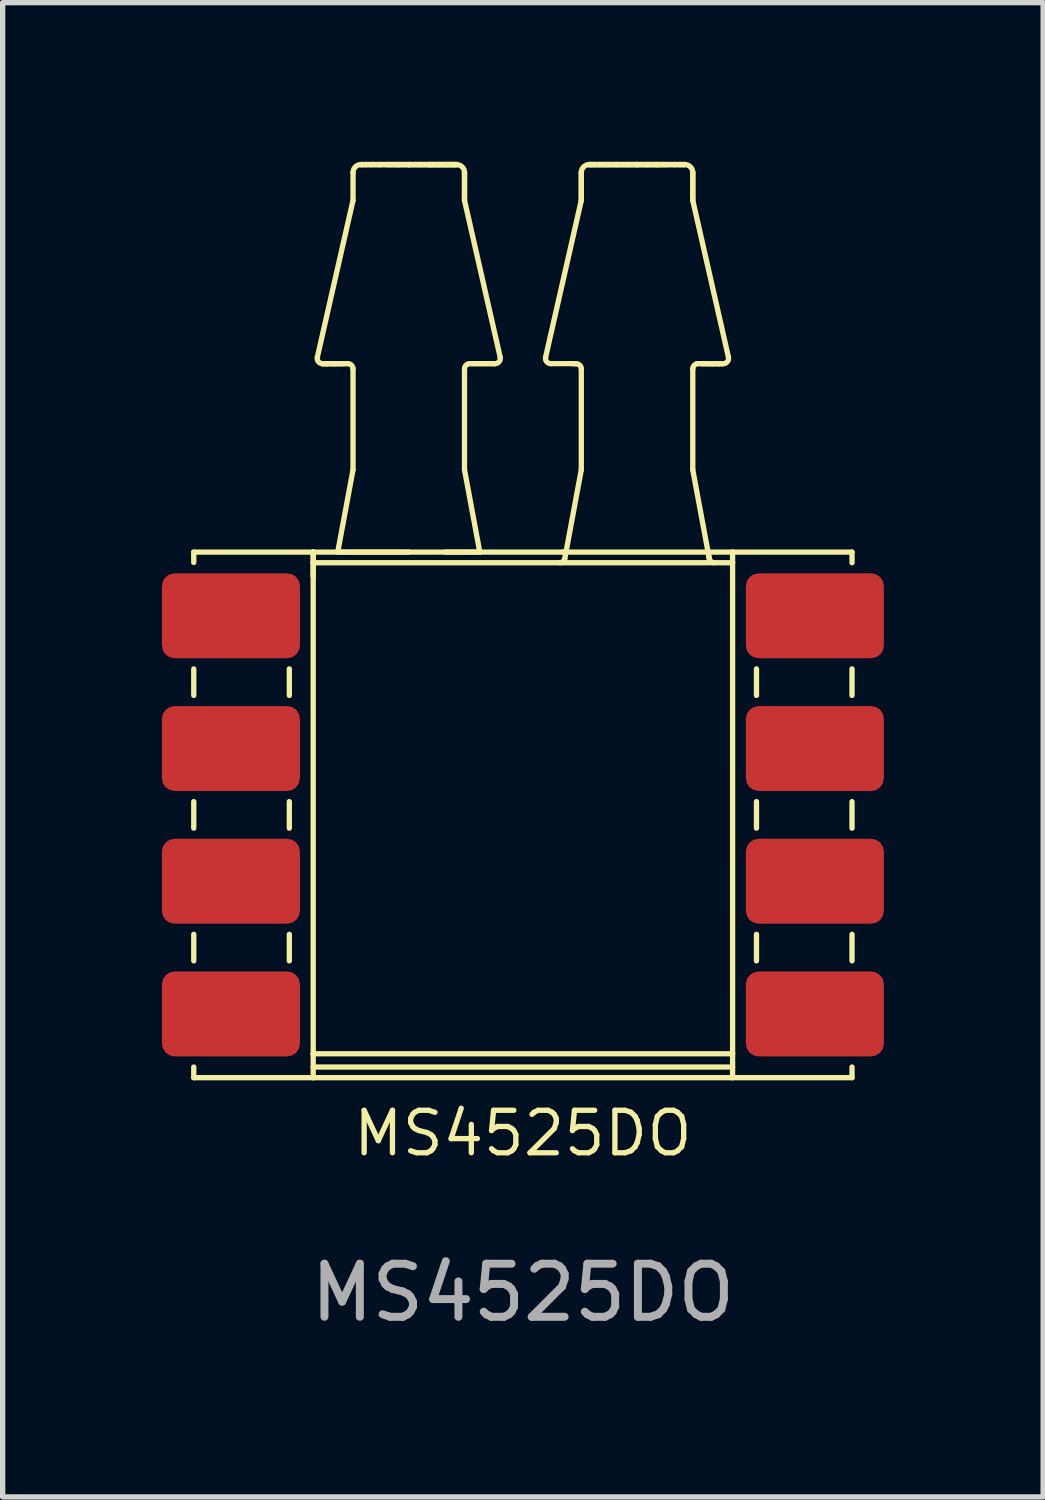
<source format=kicad_pcb>
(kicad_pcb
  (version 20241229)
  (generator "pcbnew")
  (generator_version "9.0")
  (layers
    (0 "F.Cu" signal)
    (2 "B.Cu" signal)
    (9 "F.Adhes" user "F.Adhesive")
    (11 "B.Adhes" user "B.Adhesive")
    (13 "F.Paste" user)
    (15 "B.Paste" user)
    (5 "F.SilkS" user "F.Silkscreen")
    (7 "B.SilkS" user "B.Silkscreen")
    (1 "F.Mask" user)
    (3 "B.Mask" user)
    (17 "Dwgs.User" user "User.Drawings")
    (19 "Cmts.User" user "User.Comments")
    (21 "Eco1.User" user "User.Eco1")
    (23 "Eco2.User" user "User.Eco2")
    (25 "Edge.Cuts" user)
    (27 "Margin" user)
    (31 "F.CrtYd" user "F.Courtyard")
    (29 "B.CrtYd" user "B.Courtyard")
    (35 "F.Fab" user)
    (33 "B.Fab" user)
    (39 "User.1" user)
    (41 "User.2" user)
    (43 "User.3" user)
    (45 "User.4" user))
  (footprint "MS4525DO"
    (layer "F.Cu")
    (at 6.8 12.3)
    (property "Reference" "MS4525DO" (at 0 6 0) (unlocked yes) (layer "F.SilkS") (effects (font (size 0.8 0.8) (thickness 0.1))))
    (attr smd)
    (fp_line (start -6.2 -4.95) (end -6.2 -4.755) (stroke (width 0.1) (type default)) (layer "F.SilkS"))
    (fp_line (start -6.2 -4.95) (end -3.95 -4.95) (stroke (width 0.1) (type default)) (layer "F.SilkS"))
    (fp_line (start -6.2 -2.25) (end -6.2 -2.75) (stroke (width 0.1) (type default)) (layer "F.SilkS"))
    (fp_line (start -6.2 0.25) (end -6.2 -0.25) (stroke (width 0.1) (type default)) (layer "F.SilkS"))
    (fp_line (start -6.2 2.75) (end -6.2 2.25) (stroke (width 0.1) (type default)) (layer "F.SilkS"))
    (fp_line (start -6.2 4.95) (end -6.2 4.75) (stroke (width 0.1) (type default)) (layer "F.SilkS"))
    (fp_line (start -4.4 -2.75) (end -4.4 -2.25) (stroke (width 0.1) (type default)) (layer "F.SilkS"))
    (fp_line (start -4.4 -0.25) (end -4.4 0.25) (stroke (width 0.1) (type default)) (layer "F.SilkS"))
    (fp_line (start -4.4 2.25) (end -4.4 2.75) (stroke (width 0.1) (type default)) (layer "F.SilkS"))
    (fp_line (start -3.95 4.95) (end -6.2 4.95) (stroke (width 0.1) (type default)) (layer "F.SilkS"))
    (fp_line (start -3.95 4.95) (end -3.95 4.5) (stroke (width 0.1) (type default)) (layer "F.SilkS"))
    (fp_line (start -3.95 4.95) (end 3.95 4.95) (stroke (width 0.1) (type default)) (layer "F.SilkS"))
    (fp_line (start -3.95 -4.95) (end -3.95 -4.75) (stroke (width 0.1) (type default)) (layer "F.SilkS"))
    (fp_line (start -3.95 -4.95) (end -3.95 -4.5) (stroke (width 0.1) (type default)) (layer "F.SilkS"))
    (fp_line (start -3.95 -4.95) (end -3.95 -4.95) (stroke (width 0.1) (type default)) (layer "F.SilkS"))
    (fp_line (start -3.95 -4.75) (end -3.95 -4.5) (stroke (width 0.1) (type default)) (layer "F.SilkS"))
    (fp_line (start -3.95 4.5) (end -3.95 -4.5) (stroke (width 0.1) (type default)) (layer "F.SilkS"))
    (fp_line (start -3.95 -4.75) (end -3.95 -4.75) (stroke (width 0.1) (type default)) (layer "F.SilkS"))
    (fp_line (start -3.768 -8.5) (end -3.764 -8.5) (stroke (width 0.1) (type default)) (layer "F.SilkS"))
    (fp_line (start -3.764 -8.5) (end -3.69 -8.5) (stroke (width 0.1) (type default)) (layer "F.SilkS"))
    (fp_line (start -3.703 -8.5) (end -3.768 -8.5) (stroke (width 0.1) (type default)) (layer "F.SilkS"))
    (fp_line (start -3.69 -8.5) (end -3.55 -8.5) (stroke (width 0.1) (type default)) (layer "F.SilkS"))
    (fp_line (start -3.57 -8.5) (end -3.703 -8.5) (stroke (width 0.1) (type default)) (layer "F.SilkS"))
    (fp_line (start -3.55 -8.5) (end -3.35 -8.5) (stroke (width 0.1) (type default)) (layer "F.SilkS"))
    (fp_line (start -3.377 -8.5) (end -3.57 -8.5) (stroke (width 0.1) (type default)) (layer "F.SilkS"))
    (fp_line (start -3.3 -8.5) (end -3.775 -8.5) (stroke (width 0.1) (type default)) (layer "F.SilkS"))
    (fp_line (start -3.2 -12.1) (end -3.2 -11.575) (stroke (width 0.1) (type default)) (layer "F.SilkS"))
    (fp_line (start -3.2 -11.575) (end -3.872 -8.622) (stroke (width 0.1) (type default)) (layer "F.SilkS"))
    (fp_line (start -3.2 -8.4) (end -3.2 -6.5) (stroke (width 0.1) (type default)) (layer "F.SilkS"))
    (fp_line (start -3.2 -6.5) (end -3.488 -4.95) (stroke (width 0.1) (type default)) (layer "F.SilkS"))
    (fp_line (start -3.05 -12.25) (end -3.027 -12.25) (stroke (width 0.1) (type default)) (layer "F.SilkS"))
    (fp_line (start -3.027 -12.25) (end -3.05 -12.25) (stroke (width 0.1) (type default)) (layer "F.SilkS"))
    (fp_line (start -3.027 -12.25) (end -2.961 -12.25) (stroke (width 0.1) (type default)) (layer "F.SilkS"))
    (fp_line (start -2.961 -12.25) (end -3.027 -12.25) (stroke (width 0.1) (type default)) (layer "F.SilkS"))
    (fp_line (start -2.961 -12.25) (end -2.854 -12.25) (stroke (width 0.1) (type default)) (layer "F.SilkS"))
    (fp_line (start -2.854 -12.25) (end -2.961 -12.25) (stroke (width 0.1) (type default)) (layer "F.SilkS"))
    (fp_line (start -2.854 -12.25) (end -2.711 -12.25) (stroke (width 0.1) (type default)) (layer "F.SilkS"))
    (fp_line (start -2.724 -12.25) (end -3.05 -12.25) (stroke (width 0.1) (type default)) (layer "F.SilkS"))
    (fp_line (start -2.711 -12.25) (end -2.854 -12.25) (stroke (width 0.1) (type default)) (layer "F.SilkS"))
    (fp_line (start -2.675 -12.25) (end -2.711 -12.25) (stroke (width 0.1) (type default)) (layer "F.SilkS"))
    (fp_line (start -2.675 -12.25) (end -2.521 -12.25) (stroke (width 0.1) (type default)) (layer "F.SilkS"))
    (fp_line (start -2.54 -12.25) (end -2.711 -12.25) (stroke (width 0.1) (type default)) (layer "F.SilkS"))
    (fp_line (start -2.54 -12.25) (end -2.35 -12.25) (stroke (width 0.1) (type default)) (layer "F.SilkS"))
    (fp_line (start -2.521 -12.25) (end -2.15 -12.25) (stroke (width 0.1) (type default)) (layer "F.SilkS"))
    (fp_line (start -2.35 -12.25) (end -2.54 -12.25) (stroke (width 0.1) (type default)) (layer "F.SilkS"))
    (fp_line (start -2.35 -12.25) (end -2.15 -12.25) (stroke (width 0.1) (type default)) (layer "F.SilkS"))
    (fp_line (start -2.15 -12.25) (end -2.724 -12.25) (stroke (width 0.1) (type default)) (layer "F.SilkS"))
    (fp_line (start -2.15 -12.25) (end -2.35 -12.25) (stroke (width 0.1) (type default)) (layer "F.SilkS"))
    (fp_line (start -2.15 -12.25) (end -1.95 -12.25) (stroke (width 0.1) (type default)) (layer "F.SilkS"))
    (fp_line (start -2.15 -12.25) (end -1.754 -12.25) (stroke (width 0.1) (type default)) (layer "F.SilkS"))
    (fp_line (start -2.15 -12.25) (end -1.754 -12.25) (stroke (width 0.1) (type default)) (layer "F.SilkS"))
    (fp_line (start -2.15 -4.95) (end -3.488 -4.95) (stroke (width 0.1) (type default)) (layer "F.SilkS"))
    (fp_line (start -1.95 -12.25) (end -2.15 -12.25) (stroke (width 0.1) (type default)) (layer "F.SilkS"))
    (fp_line (start -1.95 -12.25) (end -1.76 -12.25) (stroke (width 0.1) (type default)) (layer "F.SilkS"))
    (fp_line (start -1.76 -12.25) (end -1.95 -12.25) (stroke (width 0.1) (type default)) (layer "F.SilkS"))
    (fp_line (start -1.76 -12.25) (end -1.589 -12.25) (stroke (width 0.1) (type default)) (layer "F.SilkS"))
    (fp_line (start -1.754 -12.25) (end -1.576 -12.25) (stroke (width 0.1) (type default)) (layer "F.SilkS"))
    (fp_line (start -1.754 -12.25) (end -1.25 -12.25) (stroke (width 0.1) (type default)) (layer "F.SilkS"))
    (fp_line (start -1.589 -12.25) (end -1.76 -12.25) (stroke (width 0.1) (type default)) (layer "F.SilkS"))
    (fp_line (start -1.589 -12.25) (end -1.446 -12.25) (stroke (width 0.1) (type default)) (layer "F.SilkS"))
    (fp_line (start -1.576 -12.25) (end -1.25 -12.25) (stroke (width 0.1) (type default)) (layer "F.SilkS"))
    (fp_line (start -1.446 -12.25) (end -1.589 -12.25) (stroke (width 0.1) (type default)) (layer "F.SilkS"))
    (fp_line (start -1.446 -12.25) (end -1.339 -12.25) (stroke (width 0.1) (type default)) (layer "F.SilkS"))
    (fp_line (start -1.339 -12.25) (end -1.446 -12.25) (stroke (width 0.1) (type default)) (layer "F.SilkS"))
    (fp_line (start -1.339 -12.25) (end -1.273 -12.25) (stroke (width 0.1) (type default)) (layer "F.SilkS"))
    (fp_line (start -1.273 -12.25) (end -1.339 -12.25) (stroke (width 0.1) (type default)) (layer "F.SilkS"))
    (fp_line (start -1.273 -12.25) (end -1.25 -12.25) (stroke (width 0.1) (type default)) (layer "F.SilkS"))
    (fp_line (start -1.25 -12.25) (end -1.754 -12.25) (stroke (width 0.1) (type default)) (layer "F.SilkS"))
    (fp_line (start -1.25 -12.25) (end -1.273 -12.25) (stroke (width 0.1) (type default)) (layer "F.SilkS"))
    (fp_line (start -1.1 -12.1) (end -1.1 -11.575) (stroke (width 0.1) (type default)) (layer "F.SilkS"))
    (fp_line (start -1.1 -11.575) (end -1.1 -12.1) (stroke (width 0.1) (type default)) (layer "F.SilkS"))
    (fp_line (start -1.1 -11.575) (end -0.428 -8.622) (stroke (width 0.1) (type default)) (layer "F.SilkS"))
    (fp_line (start -1.1 -8.4) (end -1.1 -6.5) (stroke (width 0.1) (type default)) (layer "F.SilkS"))
    (fp_line (start -1.1 -6.5) (end -0.812 -4.95) (stroke (width 0.1) (type default)) (layer "F.SilkS"))
    (fp_line (start -1 -8.5) (end -0.525 -8.5) (stroke (width 0.1) (type default)) (layer "F.SilkS"))
    (fp_line (start -0.966 -8.5) (end -0.525 -8.5) (stroke (width 0.1) (type default)) (layer "F.SilkS"))
    (fp_line (start -0.812 -4.95) (end -1.457 -4.95) (stroke (width 0.1) (type default)) (layer "F.SilkS"))
    (fp_line (start 0.75 -4.95) (end 3.5 -4.95) (stroke (width 0.1) (type default)) (layer "F.SilkS"))
    (fp_line (start 0.812 -4.95) (end -3.95 -4.95) (stroke (width 0.1) (type default)) (layer "F.SilkS"))
    (fp_line (start 1 -8.5) (end 0.525 -8.5) (stroke (width 0.1) (type default)) (layer "F.SilkS"))
    (fp_line (start 1 -8.5) (end 0.931 -8.5) (stroke (width 0.1) (type default)) (layer "F.SilkS"))
    (fp_line (start 1.1 -11.575) (end 0.428 -8.622) (stroke (width 0.1) (type default)) (layer "F.SilkS"))
    (fp_line (start 1.1 -11.575) (end 1.1 -12.1) (stroke (width 0.1) (type default)) (layer "F.SilkS"))
    (fp_line (start 1.1 -11.575) (end 1.1 -12.1) (stroke (width 0.1) (type default)) (layer "F.SilkS"))
    (fp_line (start 1.1 -6.5) (end 0.79 -4.832) (stroke (width 0.1) (type default)) (layer "F.SilkS"))
    (fp_line (start 1.1 -6.5) (end 1.1 -8.4) (stroke (width 0.1) (type default)) (layer "F.SilkS"))
    (fp_line (start 1.25 -12.25) (end 1.273 -12.25) (stroke (width 0.1) (type default)) (layer "F.SilkS"))
    (fp_line (start 1.273 -12.25) (end 1.25 -12.25) (stroke (width 0.1) (type default)) (layer "F.SilkS"))
    (fp_line (start 1.273 -12.25) (end 1.339 -12.25) (stroke (width 0.1) (type default)) (layer "F.SilkS"))
    (fp_line (start 1.339 -12.25) (end 1.273 -12.25) (stroke (width 0.1) (type default)) (layer "F.SilkS"))
    (fp_line (start 1.339 -12.25) (end 1.446 -12.25) (stroke (width 0.1) (type default)) (layer "F.SilkS"))
    (fp_line (start 1.446 -12.25) (end 1.339 -12.25) (stroke (width 0.1) (type default)) (layer "F.SilkS"))
    (fp_line (start 1.446 -12.25) (end 1.589 -12.25) (stroke (width 0.1) (type default)) (layer "F.SilkS"))
    (fp_line (start 1.524 -12.25) (end 1.25 -12.25) (stroke (width 0.1) (type default)) (layer "F.SilkS"))
    (fp_line (start 1.589 -12.25) (end 1.446 -12.25) (stroke (width 0.1) (type default)) (layer "F.SilkS"))
    (fp_line (start 1.589 -12.25) (end 1.76 -12.25) (stroke (width 0.1) (type default)) (layer "F.SilkS"))
    (fp_line (start 1.754 -12.25) (end 1.25 -12.25) (stroke (width 0.1) (type default)) (layer "F.SilkS"))
    (fp_line (start 1.76 -12.25) (end 1.589 -12.25) (stroke (width 0.1) (type default)) (layer "F.SilkS"))
    (fp_line (start 1.76 -12.25) (end 1.95 -12.25) (stroke (width 0.1) (type default)) (layer "F.SilkS"))
    (fp_line (start 1.95 -12.25) (end 1.76 -12.25) (stroke (width 0.1) (type default)) (layer "F.SilkS"))
    (fp_line (start 1.95 -12.25) (end 2.15 -12.25) (stroke (width 0.1) (type default)) (layer "F.SilkS"))
    (fp_line (start 2.15 -12.25) (end 1.524 -12.25) (stroke (width 0.1) (type default)) (layer "F.SilkS"))
    (fp_line (start 2.15 -12.25) (end 1.754 -12.25) (stroke (width 0.1) (type default)) (layer "F.SilkS"))
    (fp_line (start 2.15 -12.25) (end 1.95 -12.25) (stroke (width 0.1) (type default)) (layer "F.SilkS"))
    (fp_line (start 2.15 -12.25) (end 2.35 -12.25) (stroke (width 0.1) (type default)) (layer "F.SilkS"))
    (fp_line (start 2.15 -12.25) (end 2.546 -12.25) (stroke (width 0.1) (type default)) (layer "F.SilkS"))
    (fp_line (start 2.35 -12.25) (end 2.15 -12.25) (stroke (width 0.1) (type default)) (layer "F.SilkS"))
    (fp_line (start 2.35 -12.25) (end 2.54 -12.25) (stroke (width 0.1) (type default)) (layer "F.SilkS"))
    (fp_line (start 2.521 -12.25) (end 2.15 -12.25) (stroke (width 0.1) (type default)) (layer "F.SilkS"))
    (fp_line (start 2.54 -12.25) (end 2.35 -12.25) (stroke (width 0.1) (type default)) (layer "F.SilkS"))
    (fp_line (start 2.54 -12.25) (end 2.711 -12.25) (stroke (width 0.1) (type default)) (layer "F.SilkS"))
    (fp_line (start 2.546 -12.25) (end 3.05 -12.25) (stroke (width 0.1) (type default)) (layer "F.SilkS"))
    (fp_line (start 2.675 -12.25) (end 2.521 -12.25) (stroke (width 0.1) (type default)) (layer "F.SilkS"))
    (fp_line (start 2.711 -12.25) (end 2.54 -12.25) (stroke (width 0.1) (type default)) (layer "F.SilkS"))
    (fp_line (start 2.711 -12.25) (end 2.854 -12.25) (stroke (width 0.1) (type default)) (layer "F.SilkS"))
    (fp_line (start 2.854 -12.25) (end 2.711 -12.25) (stroke (width 0.1) (type default)) (layer "F.SilkS"))
    (fp_line (start 2.854 -12.25) (end 2.961 -12.25) (stroke (width 0.1) (type default)) (layer "F.SilkS"))
    (fp_line (start 2.961 -12.25) (end 2.854 -12.25) (stroke (width 0.1) (type default)) (layer "F.SilkS"))
    (fp_line (start 2.961 -12.25) (end 3.027 -12.25) (stroke (width 0.1) (type default)) (layer "F.SilkS"))
    (fp_line (start 3.027 -12.25) (end 2.961 -12.25) (stroke (width 0.1) (type default)) (layer "F.SilkS"))
    (fp_line (start 3.027 -12.25) (end 3.05 -12.25) (stroke (width 0.1) (type default)) (layer "F.SilkS"))
    (fp_line (start 3.05 -12.25) (end 3.027 -12.25) (stroke (width 0.1) (type default)) (layer "F.SilkS"))
    (fp_line (start 3.2 -12.1) (end 3.2 -11.575) (stroke (width 0.1) (type default)) (layer "F.SilkS"))
    (fp_line (start 3.2 -11.575) (end 3.2 -12.1) (stroke (width 0.1) (type default)) (layer "F.SilkS"))
    (fp_line (start 3.2 -11.575) (end 3.872 -8.622) (stroke (width 0.1) (type default)) (layer "F.SilkS"))
    (fp_line (start 3.2 -6.5) (end 3.2 -8.4) (stroke (width 0.1) (type default)) (layer "F.SilkS"))
    (fp_line (start 3.2 -6.5) (end 3.51 -4.832) (stroke (width 0.1) (type default)) (layer "F.SilkS"))
    (fp_line (start 3.28 -8.5) (end 3.72 -8.5) (stroke (width 0.1) (type default)) (layer "F.SilkS"))
    (fp_line (start 3.377 -8.5) (end 3.57 -8.5) (stroke (width 0.1) (type default)) (layer "F.SilkS"))
    (fp_line (start 3.488 -4.95) (end 3.51 -4.832) (stroke (width 0.1) (type default)) (layer "F.SilkS"))
    (fp_line (start 3.55 -8.5) (end 3.35 -8.5) (stroke (width 0.1) (type default)) (layer "F.SilkS"))
    (fp_line (start 3.57 -8.5) (end 3.703 -8.5) (stroke (width 0.1) (type default)) (layer "F.SilkS"))
    (fp_line (start 3.69 -8.5) (end 3.55 -8.5) (stroke (width 0.1) (type default)) (layer "F.SilkS"))
    (fp_line (start 3.703 -8.5) (end 3.768 -8.5) (stroke (width 0.1) (type default)) (layer "F.SilkS"))
    (fp_line (start 3.764 -8.5) (end 3.69 -8.5) (stroke (width 0.1) (type default)) (layer "F.SilkS"))
    (fp_line (start 3.768 -8.5) (end 3.764 -8.5) (stroke (width 0.1) (type default)) (layer "F.SilkS"))
    (fp_line (start 3.95 -4.95) (end 3.488 -4.95) (stroke (width 0.1) (type default)) (layer "F.SilkS"))
    (fp_line (start 3.95 -4.95) (end 6.2 -4.95) (stroke (width 0.1) (type default)) (layer "F.SilkS"))
    (fp_line (start 3.95 -4.95) (end 3.95 -4.75) (stroke (width 0.1) (type default)) (layer "F.SilkS"))
    (fp_line (start 3.95 -4.75) (end -3.95 -4.75) (stroke (width 0.1) (type default)) (layer "F.SilkS"))
    (fp_line (start 3.95 -4.75) (end 3.95 4.5) (stroke (width 0.1) (type default)) (layer "F.SilkS"))
    (fp_line (start 3.95 4.5) (end -3.95 4.5) (stroke (width 0.1) (type default)) (layer "F.SilkS"))
    (fp_line (start 3.95 4.75) (end -3.95 4.75) (stroke (width 0.1) (type default)) (layer "F.SilkS"))
    (fp_line (start 3.95 4.95) (end 3.95 4.5) (stroke (width 0.1) (type default)) (layer "F.SilkS"))
    (fp_line (start 4.4 -2.25) (end 4.4 -2.75) (stroke (width 0.1) (type default)) (layer "F.SilkS"))
    (fp_line (start 4.4 0.25) (end 4.4 -0.25) (stroke (width 0.1) (type default)) (layer "F.SilkS"))
    (fp_line (start 4.4 2.75) (end 4.4 2.25) (stroke (width 0.1) (type default)) (layer "F.SilkS"))
    (fp_line (start 6.2 -4.95) (end 6.2 -4.75) (stroke (width 0.1) (type default)) (layer "F.SilkS"))
    (fp_line (start 6.2 -2.75) (end 6.2 -2.25) (stroke (width 0.1) (type default)) (layer "F.SilkS"))
    (fp_line (start 6.2 -0.25) (end 6.2 0.25) (stroke (width 0.1) (type default)) (layer "F.SilkS"))
    (fp_line (start 6.2 2.25) (end 6.2 2.75) (stroke (width 0.1) (type default)) (layer "F.SilkS"))
    (fp_line (start 6.2 4.75) (end 6.2 4.95) (stroke (width 0.1) (type default)) (layer "F.SilkS"))
    (fp_line (start 6.2 4.95) (end 3.95 4.95) (stroke (width 0.1) (type default)) (layer "F.SilkS"))
    (fp_curve (pts (xy -3.872 -8.622) (xy -3.888 -8.563) (xy -3.838 -8.498) (xy -3.775 -8.5)) (stroke (width 0.1) (type default)) (layer "F.SilkS"))
    (fp_curve (pts (xy -3.2 -12.1) (xy -3.202 -12.179) (xy -3.132 -12.252) (xy -3.05 -12.25)) (stroke (width 0.1) (type default)) (layer "F.SilkS"))
    (fp_curve (pts (xy -3.2 -8.4) (xy -3.198 -8.453) (xy -3.246 -8.501) (xy -3.3 -8.5)) (stroke (width 0.1) (type default)) (layer "F.SilkS"))
    (fp_curve (pts (xy -1.1 -12.1) (xy -1.098 -12.179) (xy -1.168 -12.252) (xy -1.25 -12.25)) (stroke (width 0.1) (type default)) (layer "F.SilkS"))
    (fp_curve (pts (xy -1.1 -8.4) (xy -1.102 -8.453) (xy -1.054 -8.501) (xy -1 -8.5)) (stroke (width 0.1) (type default)) (layer "F.SilkS"))
    (fp_curve (pts (xy -0.428 -8.622) (xy -0.412 -8.563) (xy -0.462 -8.498) (xy -0.525 -8.5)) (stroke (width 0.1) (type default)) (layer "F.SilkS"))
    (fp_curve (pts (xy 0.428 -8.622) (xy 0.412 -8.563) (xy 0.462 -8.498) (xy 0.525 -8.5)) (stroke (width 0.1) (type default)) (layer "F.SilkS"))
    (fp_curve (pts (xy 0.79 -4.832) (xy 0.783 -4.786) (xy 0.739 -4.749) (xy 0.692 -4.75)) (stroke (width 0.1) (type default)) (layer "F.SilkS"))
    (fp_curve (pts (xy 1.1 -12.1) (xy 1.098 -12.179) (xy 1.168 -12.252) (xy 1.25 -12.25)) (stroke (width 0.1) (type default)) (layer "F.SilkS"))
    (fp_curve (pts (xy 1.1 -8.4) (xy 1.102 -8.453) (xy 1.054 -8.501) (xy 1 -8.5)) (stroke (width 0.1) (type default)) (layer "F.SilkS"))
    (fp_curve (pts (xy 3.2 -12.1) (xy 3.202 -12.179) (xy 3.132 -12.252) (xy 3.05 -12.25)) (stroke (width 0.1) (type default)) (layer "F.SilkS"))
    (fp_curve (pts (xy 3.2 -8.4) (xy 3.198 -8.453) (xy 3.246 -8.501) (xy 3.3 -8.5)) (stroke (width 0.1) (type default)) (layer "F.SilkS"))
    (fp_curve (pts (xy 3.51 -4.832) (xy 3.517 -4.786) (xy 3.561 -4.749) (xy 3.608 -4.75)) (stroke (width 0.1) (type default)) (layer "F.SilkS"))
    (fp_curve (pts (xy 3.872 -8.622) (xy 3.888 -8.563) (xy 3.838 -8.498) (xy 3.775 -8.5)) (stroke (width 0.1) (type default)) (layer "F.SilkS"))
    (fp_text user "${REFERENCE}" (at 0 9 0) (unlocked yes) (layer "F.Fab") (effects (font (size 1 1) (thickness 0.15))))
    (pad "1" smd roundrect (at -5.5 -3.75) (size 2.6 1.6) (layers "F.Cu" "F.Mask" "F.Paste") (roundrect_rratio 0.15))
    (pad "2" smd roundrect (at -5.5 -1.25) (size 2.6 1.6) (layers "F.Cu" "F.Mask" "F.Paste") (roundrect_rratio 0.15))
    (pad "3" smd roundrect (at -5.5 1.25) (size 2.6 1.6) (layers "F.Cu" "F.Mask" "F.Paste") (roundrect_rratio 0.15))
    (pad "4" smd roundrect (at -5.5 3.75) (size 2.6 1.6) (layers "F.Cu" "F.Mask" "F.Paste") (roundrect_rratio 0.15))
    (pad "5" smd roundrect (at 5.5 3.75) (size 2.6 1.6) (layers "F.Cu" "F.Mask" "F.Paste") (roundrect_rratio 0.15))
    (pad "6" smd roundrect (at 5.5 1.25) (size 2.6 1.6) (layers "F.Cu" "F.Mask" "F.Paste") (roundrect_rratio 0.15))
    (pad "7" smd roundrect (at 5.5 -1.25) (size 2.6 1.6) (layers "F.Cu" "F.Mask" "F.Paste") (roundrect_rratio 0.15))
    (pad "8" smd roundrect (at 5.5 -3.75) (size 2.6 1.6) (layers "F.Cu" "F.Mask" "F.Paste") (roundrect_rratio 0.15)))
  (gr_rect
    (start -3 -3)
    (end 16.6 25.148)
    (stroke (width 0.1) (type default))
    (fill no)
    (layer "Edge.Cuts")))
</source>
